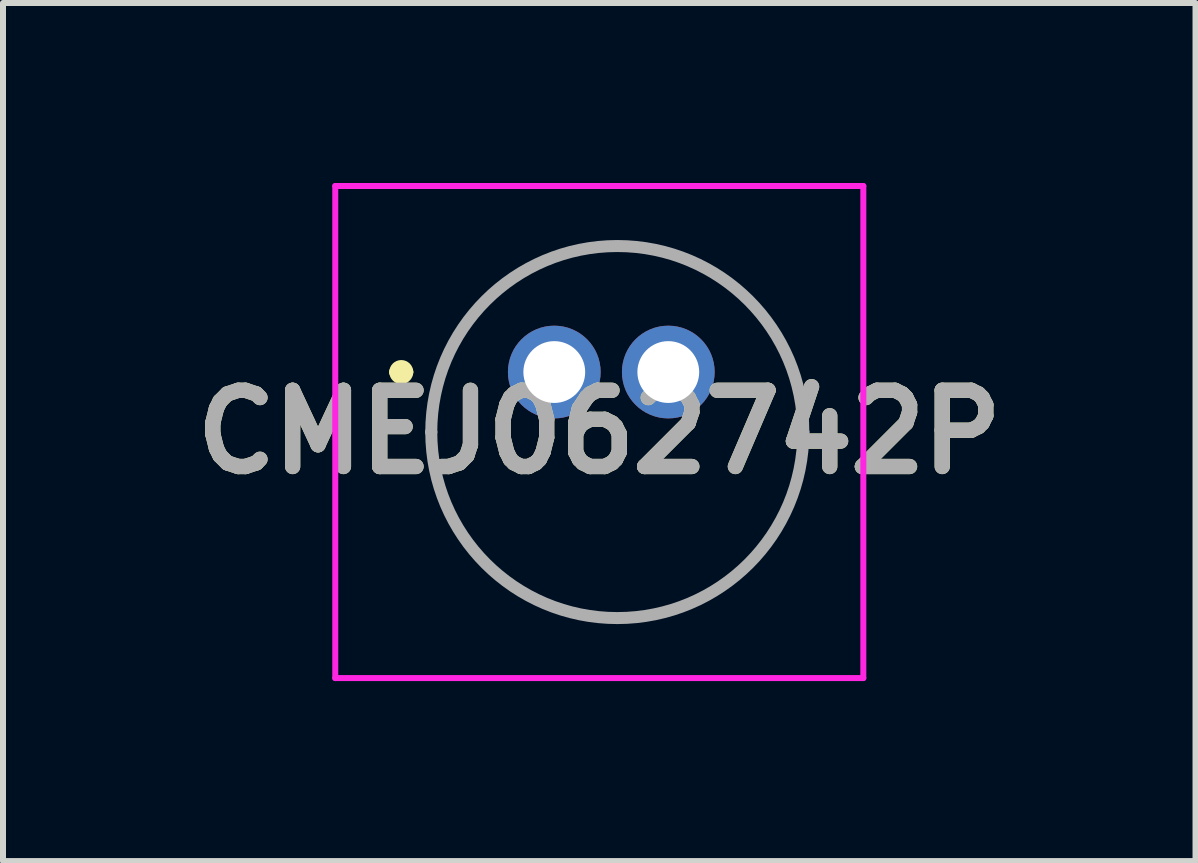
<source format=kicad_pcb>
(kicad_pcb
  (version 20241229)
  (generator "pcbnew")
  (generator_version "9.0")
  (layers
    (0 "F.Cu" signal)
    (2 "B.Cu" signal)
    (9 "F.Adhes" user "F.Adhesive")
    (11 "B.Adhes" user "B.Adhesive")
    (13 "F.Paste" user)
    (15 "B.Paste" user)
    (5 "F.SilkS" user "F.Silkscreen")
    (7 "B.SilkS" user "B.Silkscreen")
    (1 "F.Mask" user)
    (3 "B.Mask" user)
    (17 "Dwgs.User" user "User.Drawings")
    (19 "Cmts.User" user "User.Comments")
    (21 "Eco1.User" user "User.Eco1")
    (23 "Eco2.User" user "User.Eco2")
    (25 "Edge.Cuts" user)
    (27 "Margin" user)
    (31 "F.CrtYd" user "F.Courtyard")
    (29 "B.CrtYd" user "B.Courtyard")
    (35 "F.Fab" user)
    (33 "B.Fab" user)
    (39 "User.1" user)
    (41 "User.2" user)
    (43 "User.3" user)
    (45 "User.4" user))
  (footprint "CMEJ062742P"
    (layer "F.Cu")
    (at 6.137 4.15)
    (property "Reference" "CMEJ062742P" (at 0.8 0 0) (layer "F.SilkS") (effects (font (size 1.27 1.27) (thickness 0.254))))
    (attr through_hole)
    (fp_line (start -2.6 -1) (end -2.6 -1) (stroke (width 0.2) (type solid)) (layer "F.SilkS"))
    (fp_line (start -2.4 -1) (end -2.4 -1) (stroke (width 0.2) (type solid)) (layer "F.SilkS"))
    (fp_line (start -2 0) (end -2 0) (stroke (width 0.1) (type solid)) (layer "F.SilkS"))
    (fp_line (start 4.2 0) (end 4.2 0) (stroke (width 0.1) (type solid)) (layer "F.SilkS"))
    (fp_arc (start -2.6 -1) (mid -2.5 -1.1) (end -2.4 -1) (stroke (width 0.2) (type solid)) (layer "F.SilkS"))
    (fp_arc (start -2.4 -1) (mid -2.5 -0.9) (end -2.6 -1) (stroke (width 0.2) (type solid)) (layer "F.SilkS"))
    (fp_arc (start -2 0) (mid 1.1 -3.1) (end 4.2 0) (stroke (width 0.1) (type solid)) (layer "F.SilkS"))
    (fp_arc (start 4.2 0) (mid 1.1 3.1) (end -2 0) (stroke (width 0.1) (type solid)) (layer "F.SilkS"))
    (fp_line (start -3.6 -4.1) (end 5.2 -4.1) (stroke (width 0.1) (type solid)) (layer "F.CrtYd"))
    (fp_line (start -3.6 4.1) (end -3.6 -4.1) (stroke (width 0.1) (type solid)) (layer "F.CrtYd"))
    (fp_line (start 5.2 -4.1) (end 5.2 4.1) (stroke (width 0.1) (type solid)) (layer "F.CrtYd"))
    (fp_line (start 5.2 4.1) (end -3.6 4.1) (stroke (width 0.1) (type solid)) (layer "F.CrtYd"))
    (fp_line (start -2 0) (end -2 0) (stroke (width 0.2) (type solid)) (layer "F.Fab"))
    (fp_line (start 4.2 0) (end 4.2 0) (stroke (width 0.2) (type solid)) (layer "F.Fab"))
    (fp_arc (start -2 0) (mid 1.1 -3.1) (end 4.2 0) (stroke (width 0.2) (type solid)) (layer "F.Fab"))
    (fp_arc (start 4.2 0) (mid 1.1 3.1) (end -2 0) (stroke (width 0.2) (type solid)) (layer "F.Fab"))
    (fp_text user "${REFERENCE}" (at 0.8 0 0) (layer "F.Fab") (effects (font (size 1.27 1.27) (thickness 0.254))))
    (pad "1" thru_hole circle (at 0.05 -1) (size 1.545 1.545) (drill 1.03) (layers "*.Cu" "*.Mask"))
    (pad "2" thru_hole circle (at 1.95 -1) (size 1.545 1.545) (drill 1.03) (layers "*.Cu" "*.Mask")))
  (gr_rect
    (start -3 -3)
    (end 16.873 11.3)
    (stroke (width 0.1) (type default))
    (fill no)
    (layer "Edge.Cuts")))
</source>
